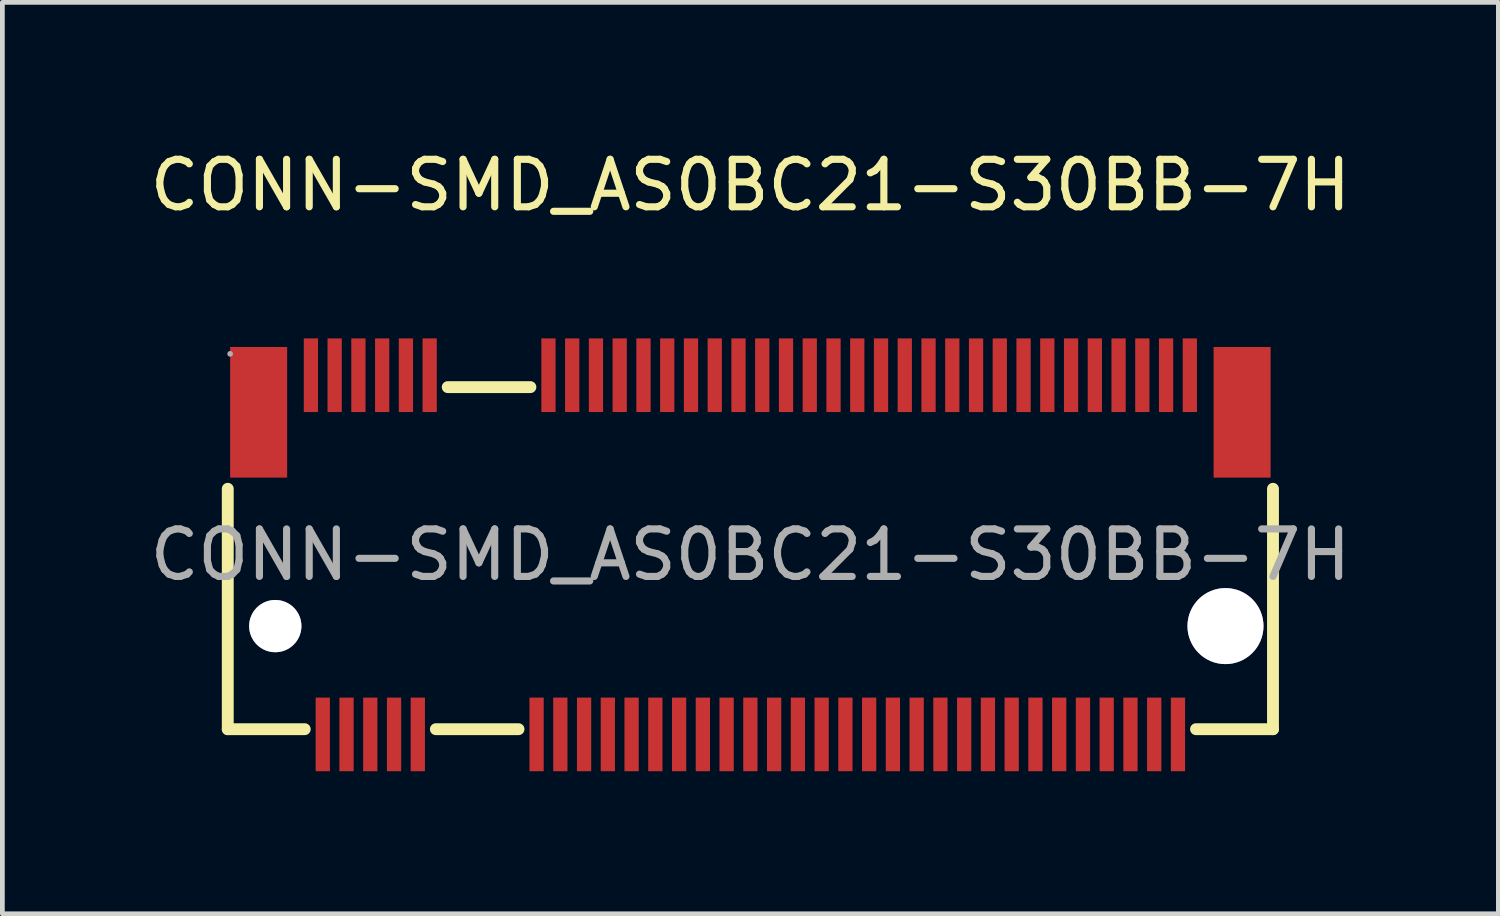
<source format=kicad_pcb>
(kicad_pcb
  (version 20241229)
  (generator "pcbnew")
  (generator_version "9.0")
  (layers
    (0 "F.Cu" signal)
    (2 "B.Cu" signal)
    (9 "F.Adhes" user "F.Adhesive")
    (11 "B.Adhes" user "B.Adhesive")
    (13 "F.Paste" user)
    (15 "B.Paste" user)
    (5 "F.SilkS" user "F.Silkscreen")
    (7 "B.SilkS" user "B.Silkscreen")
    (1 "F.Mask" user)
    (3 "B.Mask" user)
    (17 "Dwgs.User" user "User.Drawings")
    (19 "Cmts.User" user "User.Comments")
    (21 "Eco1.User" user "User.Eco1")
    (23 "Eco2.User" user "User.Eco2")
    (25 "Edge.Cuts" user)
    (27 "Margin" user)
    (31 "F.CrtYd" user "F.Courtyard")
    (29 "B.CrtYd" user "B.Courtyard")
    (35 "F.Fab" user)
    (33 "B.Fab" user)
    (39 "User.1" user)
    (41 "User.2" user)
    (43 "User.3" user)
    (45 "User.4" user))
  (footprint "CONN-SMD_AS0BC21-S30BB-7H"
    (layer "F.Cu")
    (at 12.744 8.628)
    (property "Reference" "CONN-SMD_AS0BC21-S30BB-7H" (at 0 -7.78 0) (layer "F.SilkS") (effects (font (size 1 1) (thickness 0.15))))
    (attr smd)
    (fp_line (start -11 3.67) (end -11 -1.39) (stroke (width 0.25) (type solid)) (layer "F.SilkS"))
    (fp_line (start -11 3.67) (end -9.38 3.67) (stroke (width 0.25) (type solid)) (layer "F.SilkS"))
    (fp_line (start -6.62 3.67) (end -4.88 3.67) (stroke (width 0.25) (type solid)) (layer "F.SilkS"))
    (fp_line (start -6.37 -3.53) (end -4.63 -3.53) (stroke (width 0.25) (type solid)) (layer "F.SilkS"))
    (fp_line (start 9.38 3.67) (end 11 3.67) (stroke (width 0.25) (type solid)) (layer "F.SilkS"))
    (fp_line (start 11 -1.39) (end 11 3.67) (stroke (width 0.25) (type solid)) (layer "F.SilkS"))
    (fp_circle (center -10 1.5) (end -9.76 1.5) (stroke (width 0.48) (type solid)) (fill no) (layer "Cmts.User"))
    (fp_circle (center 10 1.5) (end 10.36 1.5) (stroke (width 0.72) (type solid)) (fill no) (layer "Cmts.User"))
    (fp_circle (center -10.95 -4.23) (end -10.92 -4.23) (stroke (width 0.06) (type solid)) (fill no) (layer "F.Fab"))
    (fp_text user "${REFERENCE}" (at 0 0 0) (layer "F.Fab") (effects (font (size 1 1) (thickness 0.15))))
    (pad "" thru_hole circle (at -10 1.5) (size 1.1 1.1) (drill 1.1) (layers "*.Cu" "*.Mask"))
    (pad "" thru_hole circle (at 10 1.5) (size 1.6 1.6) (drill 1.6) (layers "*.Cu" "*.Mask"))
    (pad "1" smd rect (at -9.25 -3.78) (size 0.3 1.55) (layers "F.Cu" "F.Mask" "F.Paste"))
    (pad "2" smd rect (at -9 3.78) (size 0.3 1.55) (layers "F.Cu" "F.Mask" "F.Paste"))
    (pad "3" smd rect (at -8.75 -3.78) (size 0.3 1.55) (layers "F.Cu" "F.Mask" "F.Paste"))
    (pad "4" smd rect (at -8.5 3.78) (size 0.3 1.55) (layers "F.Cu" "F.Mask" "F.Paste"))
    (pad "5" smd rect (at -8.25 -3.78) (size 0.3 1.55) (layers "F.Cu" "F.Mask" "F.Paste"))
    (pad "6" smd rect (at -8 3.78) (size 0.3 1.55) (layers "F.Cu" "F.Mask" "F.Paste"))
    (pad "7" smd rect (at -7.75 -3.78) (size 0.3 1.55) (layers "F.Cu" "F.Mask" "F.Paste"))
    (pad "8" smd rect (at -7.5 3.78) (size 0.3 1.55) (layers "F.Cu" "F.Mask" "F.Paste"))
    (pad "9" smd rect (at -7.25 -3.78) (size 0.3 1.55) (layers "F.Cu" "F.Mask" "F.Paste"))
    (pad "10" smd rect (at -7 3.78) (size 0.3 1.55) (layers "F.Cu" "F.Mask" "F.Paste"))
    (pad "11" smd rect (at -6.75 -3.78) (size 0.3 1.55) (layers "F.Cu" "F.Mask" "F.Paste"))
    (pad "20" smd rect (at -4.5 3.78) (size 0.3 1.55) (layers "F.Cu" "F.Mask" "F.Paste"))
    (pad "21" smd rect (at -4.25 -3.78) (size 0.3 1.55) (layers "F.Cu" "F.Mask" "F.Paste"))
    (pad "22" smd rect (at -4 3.78) (size 0.3 1.55) (layers "F.Cu" "F.Mask" "F.Paste"))
    (pad "23" smd rect (at -3.75 -3.78) (size 0.3 1.55) (layers "F.Cu" "F.Mask" "F.Paste"))
    (pad "24" smd rect (at -3.5 3.78) (size 0.3 1.55) (layers "F.Cu" "F.Mask" "F.Paste"))
    (pad "25" smd rect (at -3.25 -3.78) (size 0.3 1.55) (layers "F.Cu" "F.Mask" "F.Paste"))
    (pad "26" smd rect (at -3 3.78) (size 0.3 1.55) (layers "F.Cu" "F.Mask" "F.Paste"))
    (pad "27" smd rect (at -2.75 -3.78) (size 0.3 1.55) (layers "F.Cu" "F.Mask" "F.Paste"))
    (pad "28" smd rect (at -2.5 3.78) (size 0.3 1.55) (layers "F.Cu" "F.Mask" "F.Paste"))
    (pad "29" smd rect (at -2.25 -3.78) (size 0.3 1.55) (layers "F.Cu" "F.Mask" "F.Paste"))
    (pad "30" smd rect (at -2 3.78) (size 0.3 1.55) (layers "F.Cu" "F.Mask" "F.Paste"))
    (pad "31" smd rect (at -1.75 -3.78) (size 0.3 1.55) (layers "F.Cu" "F.Mask" "F.Paste"))
    (pad "32" smd rect (at -1.5 3.78) (size 0.3 1.55) (layers "F.Cu" "F.Mask" "F.Paste"))
    (pad "33" smd rect (at -1.25 -3.78) (size 0.3 1.55) (layers "F.Cu" "F.Mask" "F.Paste"))
    (pad "34" smd rect (at -1 3.78) (size 0.3 1.55) (layers "F.Cu" "F.Mask" "F.Paste"))
    (pad "35" smd rect (at -0.75 -3.78) (size 0.3 1.55) (layers "F.Cu" "F.Mask" "F.Paste"))
    (pad "36" smd rect (at -0.5 3.78) (size 0.3 1.55) (layers "F.Cu" "F.Mask" "F.Paste"))
    (pad "37" smd rect (at -0.25 -3.78) (size 0.3 1.55) (layers "F.Cu" "F.Mask" "F.Paste"))
    (pad "38" smd rect (at 0 3.78) (size 0.3 1.55) (layers "F.Cu" "F.Mask" "F.Paste"))
    (pad "39" smd rect (at 0.25 -3.78) (size 0.3 1.55) (layers "F.Cu" "F.Mask" "F.Paste"))
    (pad "40" smd rect (at 0.5 3.78) (size 0.3 1.55) (layers "F.Cu" "F.Mask" "F.Paste"))
    (pad "41" smd rect (at 0.75 -3.78) (size 0.3 1.55) (layers "F.Cu" "F.Mask" "F.Paste"))
    (pad "42" smd rect (at 1 3.78) (size 0.3 1.55) (layers "F.Cu" "F.Mask" "F.Paste"))
    (pad "43" smd rect (at 1.25 -3.78) (size 0.3 1.55) (layers "F.Cu" "F.Mask" "F.Paste"))
    (pad "44" smd rect (at 1.5 3.78) (size 0.3 1.55) (layers "F.Cu" "F.Mask" "F.Paste"))
    (pad "45" smd rect (at 1.75 -3.78) (size 0.3 1.55) (layers "F.Cu" "F.Mask" "F.Paste"))
    (pad "46" smd rect (at 2 3.78) (size 0.3 1.55) (layers "F.Cu" "F.Mask" "F.Paste"))
    (pad "47" smd rect (at 2.25 -3.78) (size 0.3 1.55) (layers "F.Cu" "F.Mask" "F.Paste"))
    (pad "48" smd rect (at 2.5 3.78) (size 0.3 1.55) (layers "F.Cu" "F.Mask" "F.Paste"))
    (pad "49" smd rect (at 2.75 -3.78) (size 0.3 1.55) (layers "F.Cu" "F.Mask" "F.Paste"))
    (pad "50" smd rect (at 3 3.78) (size 0.3 1.55) (layers "F.Cu" "F.Mask" "F.Paste"))
    (pad "51" smd rect (at 3.25 -3.78) (size 0.3 1.55) (layers "F.Cu" "F.Mask" "F.Paste"))
    (pad "52" smd rect (at 3.5 3.78) (size 0.3 1.55) (layers "F.Cu" "F.Mask" "F.Paste"))
    (pad "53" smd rect (at 3.75 -3.78) (size 0.3 1.55) (layers "F.Cu" "F.Mask" "F.Paste"))
    (pad "54" smd rect (at 4 3.78) (size 0.3 1.55) (layers "F.Cu" "F.Mask" "F.Paste"))
    (pad "55" smd rect (at 4.25 -3.78) (size 0.3 1.55) (layers "F.Cu" "F.Mask" "F.Paste"))
    (pad "56" smd rect (at 4.5 3.78) (size 0.3 1.55) (layers "F.Cu" "F.Mask" "F.Paste"))
    (pad "57" smd rect (at 4.75 -3.78) (size 0.3 1.55) (layers "F.Cu" "F.Mask" "F.Paste"))
    (pad "58" smd rect (at 5 3.78) (size 0.3 1.55) (layers "F.Cu" "F.Mask" "F.Paste"))
    (pad "59" smd rect (at 5.25 -3.78) (size 0.3 1.55) (layers "F.Cu" "F.Mask" "F.Paste"))
    (pad "60" smd rect (at 5.5 3.78) (size 0.3 1.55) (layers "F.Cu" "F.Mask" "F.Paste"))
    (pad "61" smd rect (at 5.75 -3.78) (size 0.3 1.55) (layers "F.Cu" "F.Mask" "F.Paste"))
    (pad "62" smd rect (at 6 3.78) (size 0.3 1.55) (layers "F.Cu" "F.Mask" "F.Paste"))
    (pad "63" smd rect (at 6.25 -3.78) (size 0.3 1.55) (layers "F.Cu" "F.Mask" "F.Paste"))
    (pad "64" smd rect (at 6.5 3.78) (size 0.3 1.55) (layers "F.Cu" "F.Mask" "F.Paste"))
    (pad "65" smd rect (at 6.75 -3.78) (size 0.3 1.55) (layers "F.Cu" "F.Mask" "F.Paste"))
    (pad "66" smd rect (at 7 3.78) (size 0.3 1.55) (layers "F.Cu" "F.Mask" "F.Paste"))
    (pad "67" smd rect (at 7.25 -3.78) (size 0.3 1.55) (layers "F.Cu" "F.Mask" "F.Paste"))
    (pad "68" smd rect (at 7.5 3.78) (size 0.3 1.55) (layers "F.Cu" "F.Mask" "F.Paste"))
    (pad "69" smd rect (at 7.75 -3.78) (size 0.3 1.55) (layers "F.Cu" "F.Mask" "F.Paste"))
    (pad "70" smd rect (at 8 3.78) (size 0.3 1.55) (layers "F.Cu" "F.Mask" "F.Paste"))
    (pad "71" smd rect (at 8.25 -3.78) (size 0.3 1.55) (layers "F.Cu" "F.Mask" "F.Paste"))
    (pad "72" smd rect (at 8.5 3.78) (size 0.3 1.55) (layers "F.Cu" "F.Mask" "F.Paste"))
    (pad "73" smd rect (at 8.75 -3.78) (size 0.3 1.55) (layers "F.Cu" "F.Mask" "F.Paste"))
    (pad "74" smd rect (at 9 3.78) (size 0.3 1.55) (layers "F.Cu" "F.Mask" "F.Paste"))
    (pad "75" smd rect (at 9.25 -3.78) (size 0.3 1.55) (layers "F.Cu" "F.Mask" "F.Paste"))
    (pad "76" smd rect (at 10.35 -3) (size 1.2 2.75) (layers "F.Cu" "F.Mask" "F.Paste"))
    (pad "77" smd rect (at -10.35 -3) (size 1.2 2.75) (layers "F.Cu" "F.Mask" "F.Paste")))
  (gr_rect
    (start -3 -3)
    (end 28.488 16.183)
    (stroke (width 0.1) (type default))
    (fill no)
    (layer "Edge.Cuts")))
</source>
